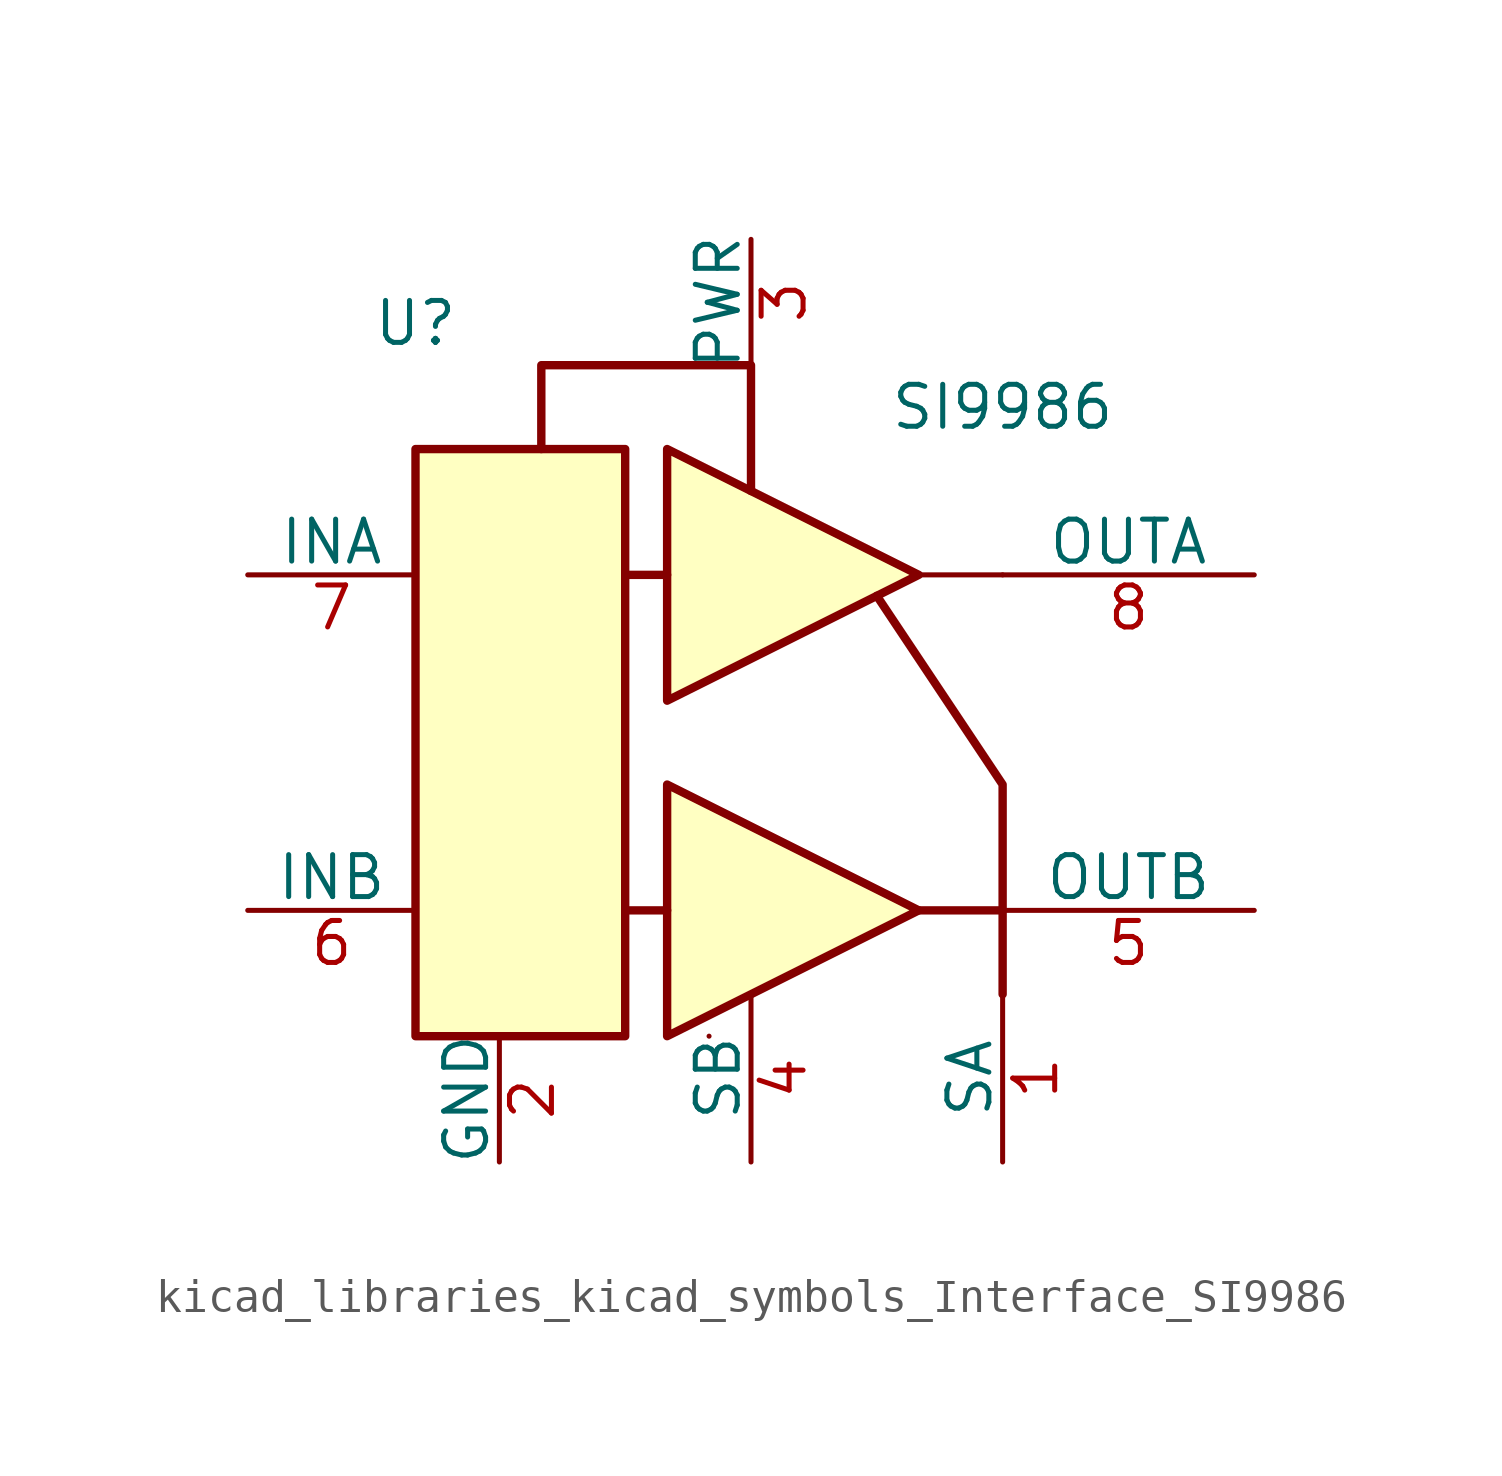
<source format=kicad_sym>
(kicad_symbol_lib
  (version 20220914)
  (generator kicad_symbol_editor)
  (symbol "kicad_libraries_kicad_symbols_Interface_SI9986"
    (pin_names
      (offset 0))
    (property "Reference" "U"
      (at -7.62 12.7 0)
      (effects (font (size 1.27 1.27))))
    (property "Value" "SI9986"
      (at 10.16 10.16 0)
      (effects (font (size 1.27 1.27))))
    (symbol "kicad_libraries_kicad_symbols_Interface_SI9986_0_1"
      (rectangle (start -7.62 8.89) (end -1.27 -8.89) (stroke (width 0.254) (type default)) (fill (type background)))
      (polyline (pts (xy 10.16 -5.08) (xy 7.62 -5.08)) (stroke (width 0.254) (type default)) (fill (type none)))
      (polyline (pts (xy 10.16 5.08) (xy 7.62 5.08)) (stroke (width 0) (type default)) (fill (type none)))
      (polyline (pts (xy 0 -5.08) (xy -1.27 -5.08) (xy -1.27 -5.08)) (stroke (width 0.254) (type default)) (fill (type none)))
      (polyline (pts (xy 10.16 -7.62) (xy 10.16 -1.27) (xy 6.35 4.445)) (stroke (width 0.254) (type default)) (fill (type none)))
      (polyline (pts (xy 0 -1.27) (xy 0 -8.89) (xy 7.62 -5.08) (xy 0 -1.27)) (stroke (width 0.254) (type default)) (fill (type background)))
      (polyline (pts (xy 0 8.89) (xy 0 1.27) (xy 7.62 5.08) (xy 0 8.89)) (stroke (width 0.254) (type default)) (fill (type background)))
      (polyline (pts (xy 1.27 -8.89) (xy 1.27 -8.89) (xy 1.27 -8.89) (xy 1.27 -8.89)) (stroke (width 0) (type default)) (fill (type none)))
      (polyline (pts (xy 0 5.08) (xy -1.27 5.08) (xy -1.27 5.08) (xy -1.27 5.08) (xy -1.27 5.08)) (stroke (width 0.254) (type default)) (fill (type none)))
      (polyline (pts (xy -3.81 8.89) (xy -3.81 11.43) (xy 2.54 11.43) (xy 2.54 7.62) (xy 2.54 7.62) (xy 2.54 7.62)) (stroke (width 0.254) (type default)) (fill (type none))))
    (symbol "kicad_libraries_kicad_symbols_Interface_SI9986_1_1"
      (pin power_in line (at 10.16 -12.7 90) (length 5.08) (name "SA" (effects (font (size 1.27 1.27)))) (number "1" (effects (font (size 1.27 1.27)))))
      (pin power_in line (at -5.08 -12.7 90) (length 3.81) (name "GND" (effects (font (size 1.27 1.27)))) (number "2" (effects (font (size 1.27 1.27)))))
      (pin power_in line (at 2.54 15.24 270) (length 3.81) (name "PWR" (effects (font (size 1.27 1.27)))) (number "3" (effects (font (size 1.27 1.27)))))
      (pin power_in line (at 2.54 -12.7 90) (length 5.08) (name "SB" (effects (font (size 1.27 1.27)))) (number "4" (effects (font (size 1.27 1.27)))))
      (pin input line (at 17.78 -5.08 180) (length 7.62) (name "OUTB" (effects (font (size 1.27 1.27)))) (number "5" (effects (font (size 1.27 1.27)))))
      (pin input line (at -12.7 -5.08 0) (length 5.08) (name "INB" (effects (font (size 1.27 1.27)))) (number "6" (effects (font (size 1.27 1.27)))))
      (pin input line (at -12.7 5.08 0) (length 5.08) (name "INA" (effects (font (size 1.27 1.27)))) (number "7" (effects (font (size 1.27 1.27)))))
      (pin input line (at 17.78 5.08 180) (length 7.62) (name "OUTA" (effects (font (size 1.27 1.27)))) (number "8" (effects (font (size 1.27 1.27))))))))
</source>
